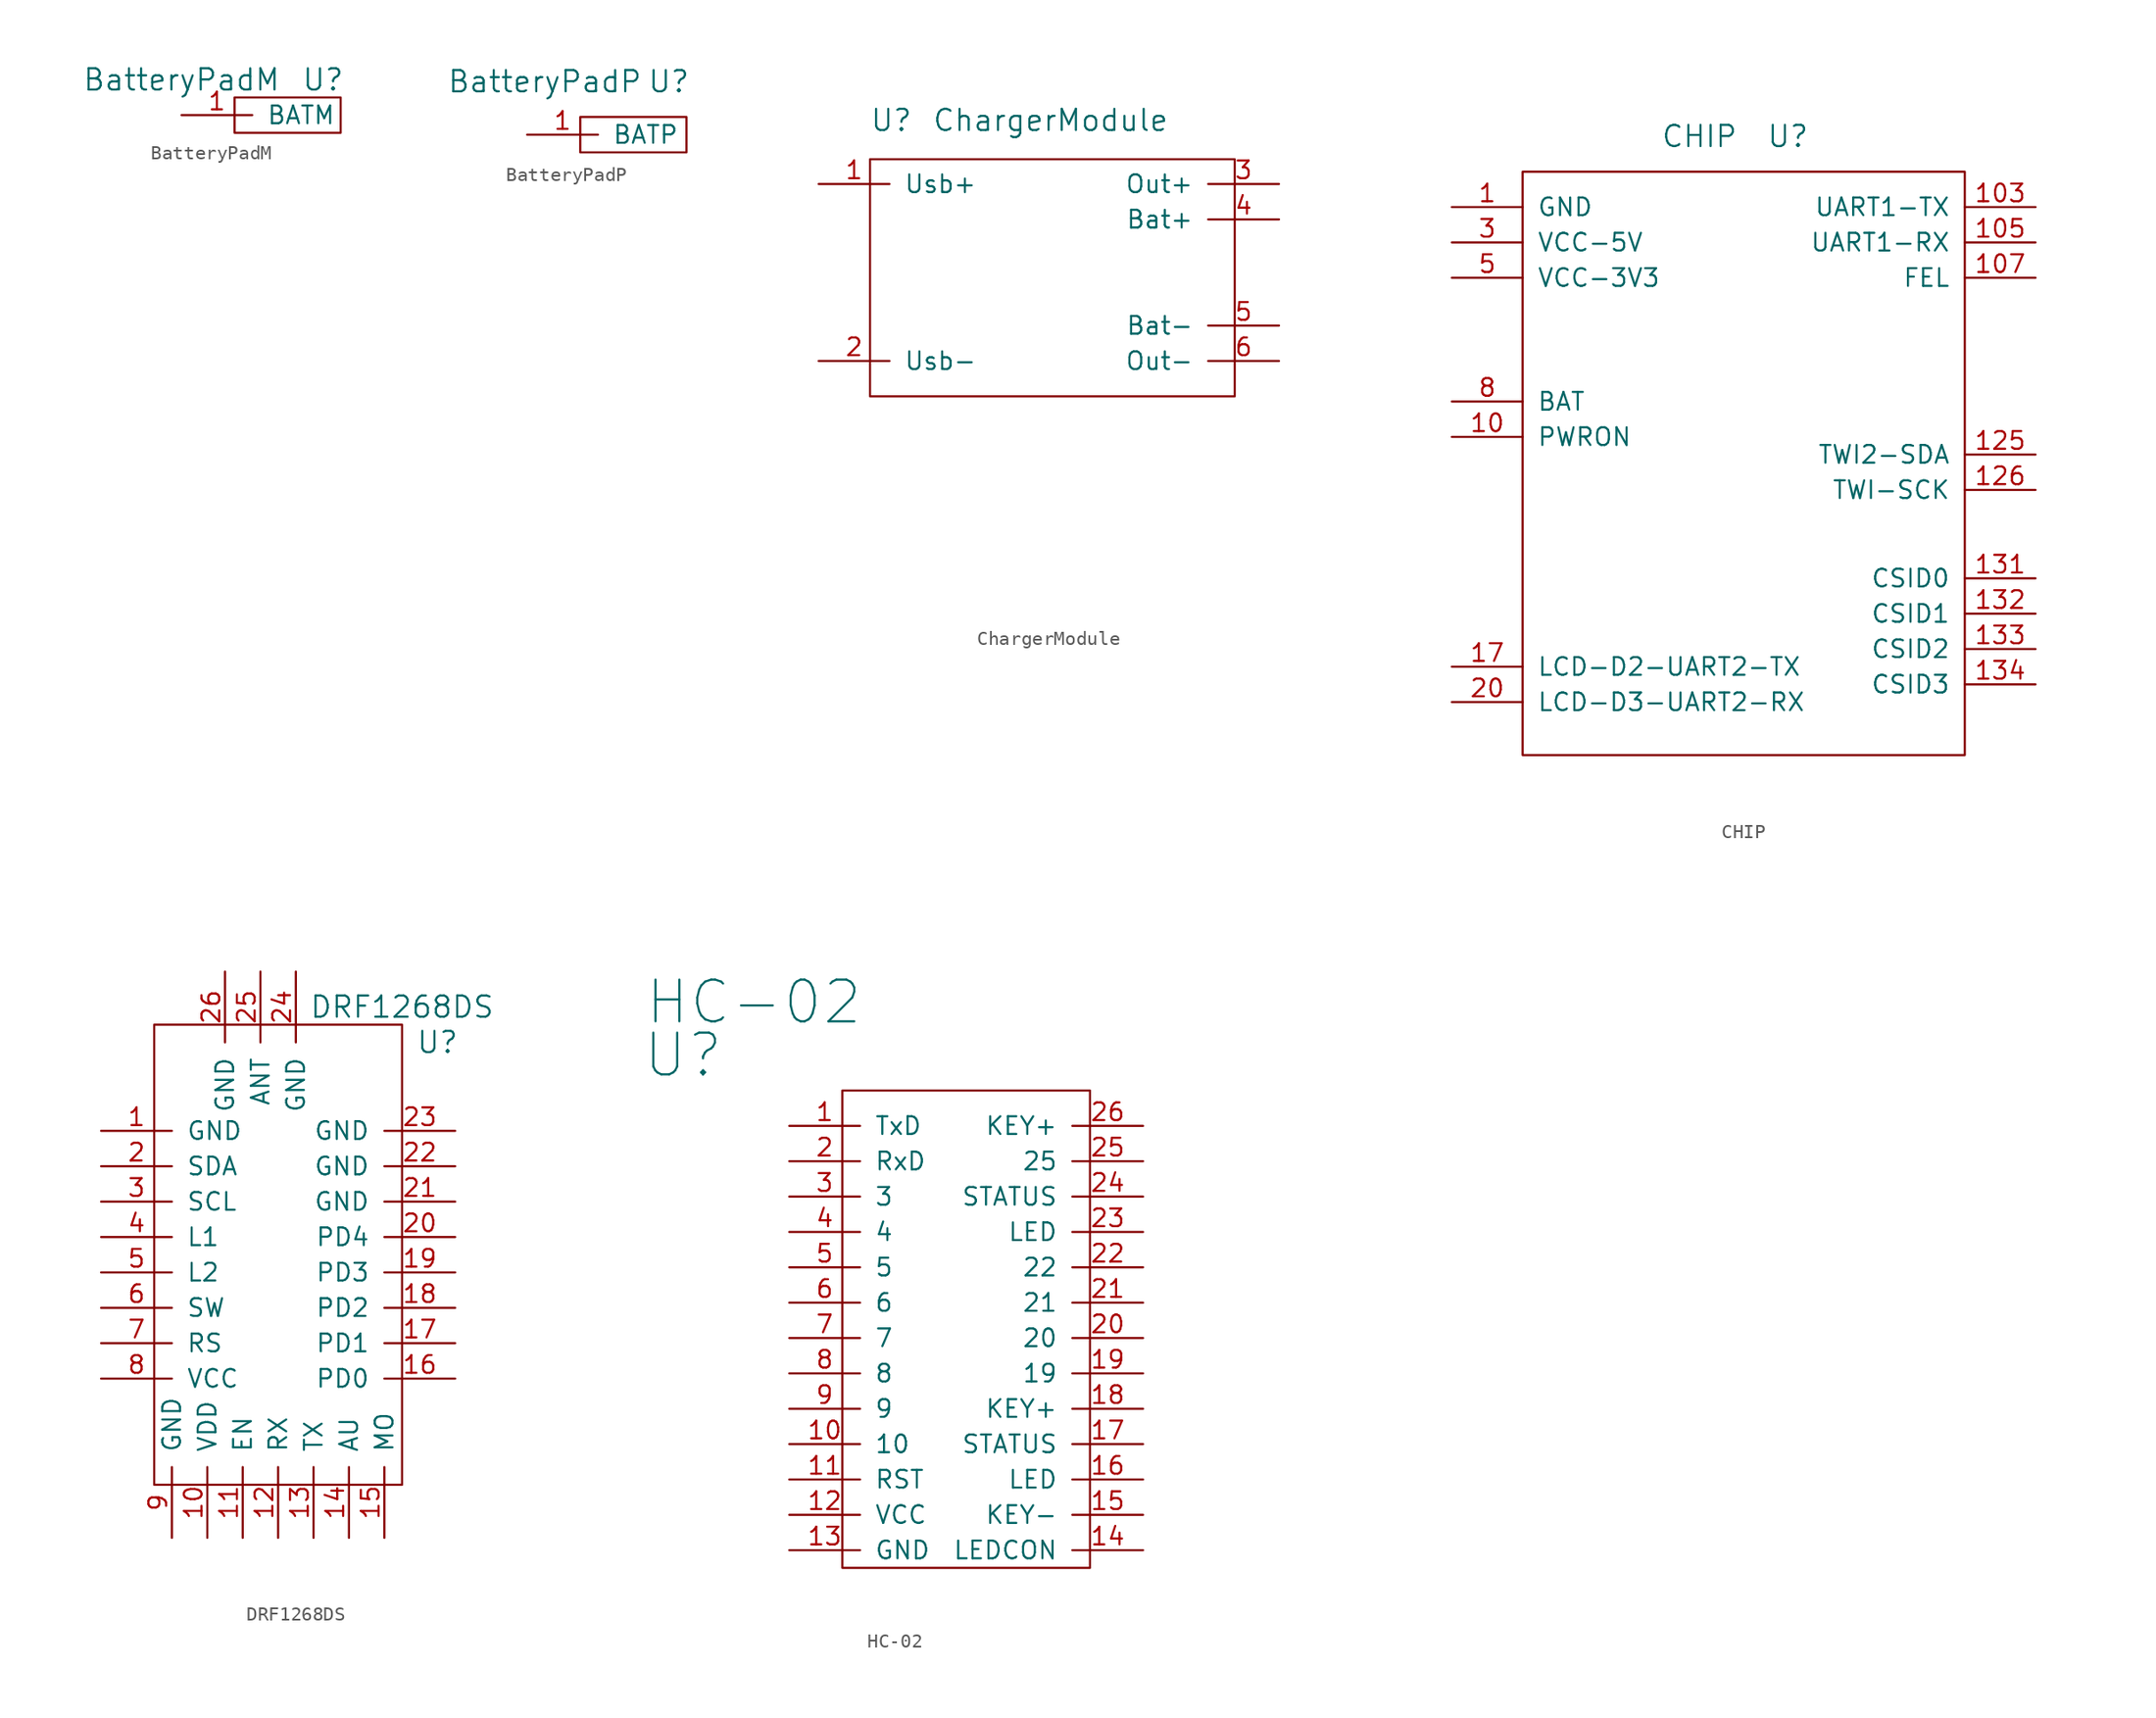
<source format=kicad_sym>
(kicad_symbol_lib
  (version 20211014)
  (generator kicad_symbol_editor)
  (symbol "BatteryPadM"
    (pin_names
      (offset 1.016))
    (property "Reference" "U"
      (at 5.08 2.54 0)
      (effects (font (size 1.524 1.524))))
    (property "Value" "BatteryPadM"
      (at -5.08 2.54 0)
      (effects (font (size 1.524 1.524))))
    (symbol "BatteryPadM_1_1"
      (rectangle (start -1.27 1.27) (end 6.35 -1.27) (stroke (width 0) (type default) (color 0 0 0 0)) (fill (type none)))
      (pin power_out line (at -5.08 0 0) (length 5.08) (name "BATM" (effects (font (size 1.27 1.27)))) (number "1" (effects (font (size 1.27 1.27)))))))
  (symbol "BatteryPadP"
    (pin_names
      (offset 1.016))
    (property "Reference" "U"
      (at 6.35 3.81 0)
      (effects (font (size 1.524 1.524))))
    (property "Value" "BatteryPadP"
      (at -2.54 3.81 0)
      (effects (font (size 1.524 1.524))))
    (symbol "BatteryPadP_0_1"
      (rectangle (start 0 1.27) (end 7.62 -1.27) (stroke (width 0) (type default) (color 0 0 0 0)) (fill (type none))))
    (symbol "BatteryPadP_1_1"
      (pin power_out line (at -3.81 0 0) (length 5.08) (name "BATP" (effects (font (size 1.27 1.27)))) (number "1" (effects (font (size 1.27 1.27)))))))
  (symbol "ChargerModule"
    (pin_names
      (offset 1.016))
    (property "Reference" "U"
      (at 1.397 19.812 0)
      (effects (font (size 1.524 1.524))))
    (property "Value" "ChargerModule"
      (at 12.827 19.812 0)
      (effects (font (size 1.524 1.524))))
    (property "Footprint" ""
      (at 8.89 -12.7 0)
      (effects (font (size 1.524 1.524))))
    (property "Datasheet" ""
      (at 8.89 -12.7 0)
      (effects (font (size 1.524 1.524))))
    (symbol "ChargerModule_0_1"
      (rectangle (start 26.035 0) (end -0.127 17.018) (stroke (width 0) (type default) (color 0 0 0 0)) (fill (type none))))
    (symbol "ChargerModule_1_1"
      (pin input line (at -3.81 15.24 0) (length 5.08) (name "Usb+" (effects (font (size 1.27 1.27)))) (number "1" (effects (font (size 1.27 1.27)))))
      (pin input line (at -3.81 2.54 0) (length 5.08) (name "Usb-" (effects (font (size 1.27 1.27)))) (number "2" (effects (font (size 1.27 1.27)))))
      (pin input line (at 29.21 15.24 180) (length 5.08) (name "Out+" (effects (font (size 1.27 1.27)))) (number "3" (effects (font (size 1.27 1.27)))))
      (pin input line (at 29.21 12.7 180) (length 5.08) (name "Bat+" (effects (font (size 1.27 1.27)))) (number "4" (effects (font (size 1.27 1.27)))))
      (pin input line (at 29.21 5.08 180) (length 5.08) (name "Bat-" (effects (font (size 1.27 1.27)))) (number "5" (effects (font (size 1.27 1.27)))))
      (pin input line (at 29.21 2.54 180) (length 5.08) (name "Out-" (effects (font (size 1.27 1.27)))) (number "6" (effects (font (size 1.27 1.27)))))))
  (symbol "CHIP"
    (pin_names
      (offset 1.016))
    (property "Reference" "U"
      (at 2.54 17.78 0)
      (effects (font (size 1.524 1.524))))
    (property "Value" "CHIP"
      (at -3.81 17.78 0)
      (effects (font (size 1.524 1.524))))
    (symbol "CHIP_0_1"
      (rectangle (start 15.24 15.24) (end -16.51 -26.67) (stroke (width 0) (type default) (color 0 0 0 0)) (fill (type none))))
    (symbol "CHIP_1_1"
      (pin power_in line (at -21.59 12.7 0) (length 5.08) (name "GND" (effects (font (size 1.27 1.27)))) (number "1" (effects (font (size 1.27 1.27)))))
      (pin input line (at -21.59 -3.81 0) (length 5.08) (name "PWRON" (effects (font (size 1.27 1.27)))) (number "10" (effects (font (size 1.27 1.27)))))
      (pin output line (at 20.32 12.7 180) (length 5.08) (name "UART1-TX" (effects (font (size 1.27 1.27)))) (number "103" (effects (font (size 1.27 1.27)))))
      (pin input line (at 20.32 10.16 180) (length 5.08) (name "UART1-RX" (effects (font (size 1.27 1.27)))) (number "105" (effects (font (size 1.27 1.27)))))
      (pin input line (at 20.32 7.62 180) (length 5.08) (name "FEL" (effects (font (size 1.27 1.27)))) (number "107" (effects (font (size 1.27 1.27)))))
      (pin input line (at 20.32 -5.08 180) (length 5.08) (name "TWI2-SDA" (effects (font (size 1.27 1.27)))) (number "125" (effects (font (size 1.27 1.27)))))
      (pin input line (at 20.32 -7.62 180) (length 5.08) (name "TWI-SCK" (effects (font (size 1.27 1.27)))) (number "126" (effects (font (size 1.27 1.27)))))
      (pin bidirectional line (at 20.32 -13.97 180) (length 5.08) (name "CSID0" (effects (font (size 1.27 1.27)))) (number "131" (effects (font (size 1.27 1.27)))))
      (pin bidirectional line (at 20.32 -16.51 180) (length 5.08) (name "CSID1" (effects (font (size 1.27 1.27)))) (number "132" (effects (font (size 1.27 1.27)))))
      (pin bidirectional line (at 20.32 -19.05 180) (length 5.08) (name "CSID2" (effects (font (size 1.27 1.27)))) (number "133" (effects (font (size 1.27 1.27)))))
      (pin bidirectional line (at 20.32 -21.59 180) (length 5.08) (name "CSID3" (effects (font (size 1.27 1.27)))) (number "134" (effects (font (size 1.27 1.27)))))
      (pin output line (at -21.59 -20.32 0) (length 5.08) (name "LCD-D2-UART2-TX" (effects (font (size 1.27 1.27)))) (number "17" (effects (font (size 1.27 1.27)))))
      (pin input line (at -21.59 -22.86 0) (length 5.08) (name "LCD-D3-UART2-RX" (effects (font (size 1.27 1.27)))) (number "20" (effects (font (size 1.27 1.27)))))
      (pin power_out line (at -21.59 10.16 0) (length 5.08) (name "VCC-5V" (effects (font (size 1.27 1.27)))) (number "3" (effects (font (size 1.27 1.27)))))
      (pin power_out line (at -21.59 7.62 0) (length 5.08) (name "VCC-3V3" (effects (font (size 1.27 1.27)))) (number "5" (effects (font (size 1.27 1.27)))))
      (pin power_in line (at -21.59 -1.27 0) (length 5.08) (name "BAT" (effects (font (size 1.27 1.27)))) (number "8" (effects (font (size 1.27 1.27)))))))
  (symbol "DRF1268DS"
    (pin_names
      (offset 1.016))
    (property "Reference" "U"
      (at 12.7 10.16 0)
      (effects (font (size 1.524 1.524))))
    (property "Value" "DRF1268DS"
      (at 10.16 12.7 0)
      (effects (font (size 1.524 1.524))))
    (symbol "DRF1268DS_0_1"
      (rectangle (start -7.62 11.43) (end 10.16 -21.59) (stroke (width 0) (type default) (color 0 0 0 0)) (fill (type none))))
    (symbol "DRF1268DS_1_1"
      (pin power_in line (at -11.43 3.81 0) (length 5.08) (name "GND" (effects (font (size 1.27 1.27)))) (number "1" (effects (font (size 1.27 1.27)))))
      (pin power_in line (at -3.81 -25.4 90) (length 5.08) (name "VDD" (effects (font (size 1.27 1.27)))) (number "10" (effects (font (size 1.27 1.27)))))
      (pin input line (at -1.27 -25.4 90) (length 5.08) (name "EN" (effects (font (size 1.27 1.27)))) (number "11" (effects (font (size 1.27 1.27)))))
      (pin input line (at 1.27 -25.4 90) (length 5.08) (name "RX" (effects (font (size 1.27 1.27)))) (number "12" (effects (font (size 1.27 1.27)))))
      (pin output line (at 3.81 -25.4 90) (length 5.08) (name "TX" (effects (font (size 1.27 1.27)))) (number "13" (effects (font (size 1.27 1.27)))))
      (pin output line (at 6.35 -25.4 90) (length 5.08) (name "AU" (effects (font (size 1.27 1.27)))) (number "14" (effects (font (size 1.27 1.27)))))
      (pin input line (at 8.89 -25.4 90) (length 5.08) (name "MO" (effects (font (size 1.27 1.27)))) (number "15" (effects (font (size 1.27 1.27)))))
      (pin bidirectional line (at 13.97 -13.97 180) (length 5.08) (name "PD0" (effects (font (size 1.27 1.27)))) (number "16" (effects (font (size 1.27 1.27)))))
      (pin bidirectional line (at 13.97 -11.43 180) (length 5.08) (name "PD1" (effects (font (size 1.27 1.27)))) (number "17" (effects (font (size 1.27 1.27)))))
      (pin bidirectional line (at 13.97 -8.89 180) (length 5.08) (name "PD2" (effects (font (size 1.27 1.27)))) (number "18" (effects (font (size 1.27 1.27)))))
      (pin bidirectional line (at 13.97 -6.35 180) (length 5.08) (name "PD3" (effects (font (size 1.27 1.27)))) (number "19" (effects (font (size 1.27 1.27)))))
      (pin bidirectional line (at -11.43 1.27 0) (length 5.08) (name "SDA" (effects (font (size 1.27 1.27)))) (number "2" (effects (font (size 1.27 1.27)))))
      (pin bidirectional line (at 13.97 -3.81 180) (length 5.08) (name "PD4" (effects (font (size 1.27 1.27)))) (number "20" (effects (font (size 1.27 1.27)))))
      (pin power_in line (at 13.97 -1.27 180) (length 5.08) (name "GND" (effects (font (size 1.27 1.27)))) (number "21" (effects (font (size 1.27 1.27)))))
      (pin power_in line (at 13.97 1.27 180) (length 5.08) (name "GND" (effects (font (size 1.27 1.27)))) (number "22" (effects (font (size 1.27 1.27)))))
      (pin power_in line (at 13.97 3.81 180) (length 5.08) (name "GND" (effects (font (size 1.27 1.27)))) (number "23" (effects (font (size 1.27 1.27)))))
      (pin power_in line (at 2.54 15.24 270) (length 5.08) (name "GND" (effects (font (size 1.27 1.27)))) (number "24" (effects (font (size 1.27 1.27)))))
      (pin bidirectional line (at 0 15.24 270) (length 5.08) (name "ANT" (effects (font (size 1.27 1.27)))) (number "25" (effects (font (size 1.27 1.27)))))
      (pin power_in line (at -2.54 15.24 270) (length 5.08) (name "GND" (effects (font (size 1.27 1.27)))) (number "26" (effects (font (size 1.27 1.27)))))
      (pin input line (at -11.43 -1.27 0) (length 5.08) (name "SCL" (effects (font (size 1.27 1.27)))) (number "3" (effects (font (size 1.27 1.27)))))
      (pin output line (at -11.43 -3.81 0) (length 5.08) (name "L1" (effects (font (size 1.27 1.27)))) (number "4" (effects (font (size 1.27 1.27)))))
      (pin output line (at -11.43 -6.35 0) (length 5.08) (name "L2" (effects (font (size 1.27 1.27)))) (number "5" (effects (font (size 1.27 1.27)))))
      (pin input line (at -11.43 -8.89 0) (length 5.08) (name "SW" (effects (font (size 1.27 1.27)))) (number "6" (effects (font (size 1.27 1.27)))))
      (pin input line (at -11.43 -11.43 0) (length 5.08) (name "RS" (effects (font (size 1.27 1.27)))) (number "7" (effects (font (size 1.27 1.27)))))
      (pin power_out line (at -11.43 -13.97 0) (length 5.08) (name "VCC" (effects (font (size 1.27 1.27)))) (number "8" (effects (font (size 1.27 1.27)))))
      (pin power_in line (at -6.35 -25.4 90) (length 5.08) (name "GND" (effects (font (size 1.27 1.27)))) (number "9" (effects (font (size 1.27 1.27)))))))
  (symbol "HC-02"
    (pin_names
      (offset 1.016))
    (property "Reference" "U"
      (at -20.32 20.32 0)
      (effects (font (size 2.997 2.997))))
    (property "Value" "HC-02"
      (at -15.24 24.13 0)
      (effects (font (size 2.997 2.997))))
    (symbol "HC-02_0_1"
      (rectangle (start -8.89 17.78) (end 8.89 -16.51) (stroke (width 0) (type default) (color 0 0 0 0)) (fill (type none))))
    (symbol "HC-02_1_1"
      (pin output line (at -12.7 15.24 0) (length 5.08) (name "TxD" (effects (font (size 1.27 1.27)))) (number "1" (effects (font (size 1.27 1.27)))))
      (pin input line (at -12.7 -7.62 0) (length 5.08) (name "10" (effects (font (size 1.27 1.27)))) (number "10" (effects (font (size 1.27 1.27)))))
      (pin input line (at -12.7 -10.16 0) (length 5.08) (name "RST" (effects (font (size 1.27 1.27)))) (number "11" (effects (font (size 1.27 1.27)))))
      (pin input line (at -12.7 -12.7 0) (length 5.08) (name "VCC" (effects (font (size 1.27 1.27)))) (number "12" (effects (font (size 1.27 1.27)))))
      (pin input line (at -12.7 -15.24 0) (length 5.08) (name "GND" (effects (font (size 1.27 1.27)))) (number "13" (effects (font (size 1.27 1.27)))))
      (pin input line (at 12.7 -15.24 180) (length 5.08) (name "LEDCON" (effects (font (size 1.27 1.27)))) (number "14" (effects (font (size 1.27 1.27)))))
      (pin input line (at 12.7 -12.7 180) (length 5.08) (name "KEY-" (effects (font (size 1.27 1.27)))) (number "15" (effects (font (size 1.27 1.27)))))
      (pin input line (at 12.7 -10.16 180) (length 5.08) (name "LED" (effects (font (size 1.27 1.27)))) (number "16" (effects (font (size 1.27 1.27)))))
      (pin input line (at 12.7 -7.62 180) (length 5.08) (name "STATUS" (effects (font (size 1.27 1.27)))) (number "17" (effects (font (size 1.27 1.27)))))
      (pin input line (at 12.7 -5.08 180) (length 5.08) (name "KEY+" (effects (font (size 1.27 1.27)))) (number "18" (effects (font (size 1.27 1.27)))))
      (pin input line (at 12.7 -2.54 180) (length 5.08) (name "19" (effects (font (size 1.27 1.27)))) (number "19" (effects (font (size 1.27 1.27)))))
      (pin input line (at -12.7 12.7 0) (length 5.08) (name "RxD" (effects (font (size 1.27 1.27)))) (number "2" (effects (font (size 1.27 1.27)))))
      (pin input line (at 12.7 0 180) (length 5.08) (name "20" (effects (font (size 1.27 1.27)))) (number "20" (effects (font (size 1.27 1.27)))))
      (pin input line (at 12.7 2.54 180) (length 5.08) (name "21" (effects (font (size 1.27 1.27)))) (number "21" (effects (font (size 1.27 1.27)))))
      (pin input line (at 12.7 5.08 180) (length 5.08) (name "22" (effects (font (size 1.27 1.27)))) (number "22" (effects (font (size 1.27 1.27)))))
      (pin input line (at 12.7 7.62 180) (length 5.08) (name "LED" (effects (font (size 1.27 1.27)))) (number "23" (effects (font (size 1.27 1.27)))))
      (pin input line (at 12.7 10.16 180) (length 5.08) (name "STATUS" (effects (font (size 1.27 1.27)))) (number "24" (effects (font (size 1.27 1.27)))))
      (pin input line (at 12.7 12.7 180) (length 5.08) (name "25" (effects (font (size 1.27 1.27)))) (number "25" (effects (font (size 1.27 1.27)))))
      (pin input line (at 12.7 15.24 180) (length 5.08) (name "KEY+" (effects (font (size 1.27 1.27)))) (number "26" (effects (font (size 1.27 1.27)))))
      (pin input line (at -12.7 10.16 0) (length 5.08) (name "3" (effects (font (size 1.27 1.27)))) (number "3" (effects (font (size 1.27 1.27)))))
      (pin input line (at -12.7 7.62 0) (length 5.08) (name "4" (effects (font (size 1.27 1.27)))) (number "4" (effects (font (size 1.27 1.27)))))
      (pin input line (at -12.7 5.08 0) (length 5.08) (name "5" (effects (font (size 1.27 1.27)))) (number "5" (effects (font (size 1.27 1.27)))))
      (pin input line (at -12.7 2.54 0) (length 5.08) (name "6" (effects (font (size 1.27 1.27)))) (number "6" (effects (font (size 1.27 1.27)))))
      (pin input line (at -12.7 0 0) (length 5.08) (name "7" (effects (font (size 1.27 1.27)))) (number "7" (effects (font (size 1.27 1.27)))))
      (pin input line (at -12.7 -2.54 0) (length 5.08) (name "8" (effects (font (size 1.27 1.27)))) (number "8" (effects (font (size 1.27 1.27)))))
      (pin input line (at -12.7 -5.08 0) (length 5.08) (name "9" (effects (font (size 1.27 1.27)))) (number "9" (effects (font (size 1.27 1.27))))))))
</source>
